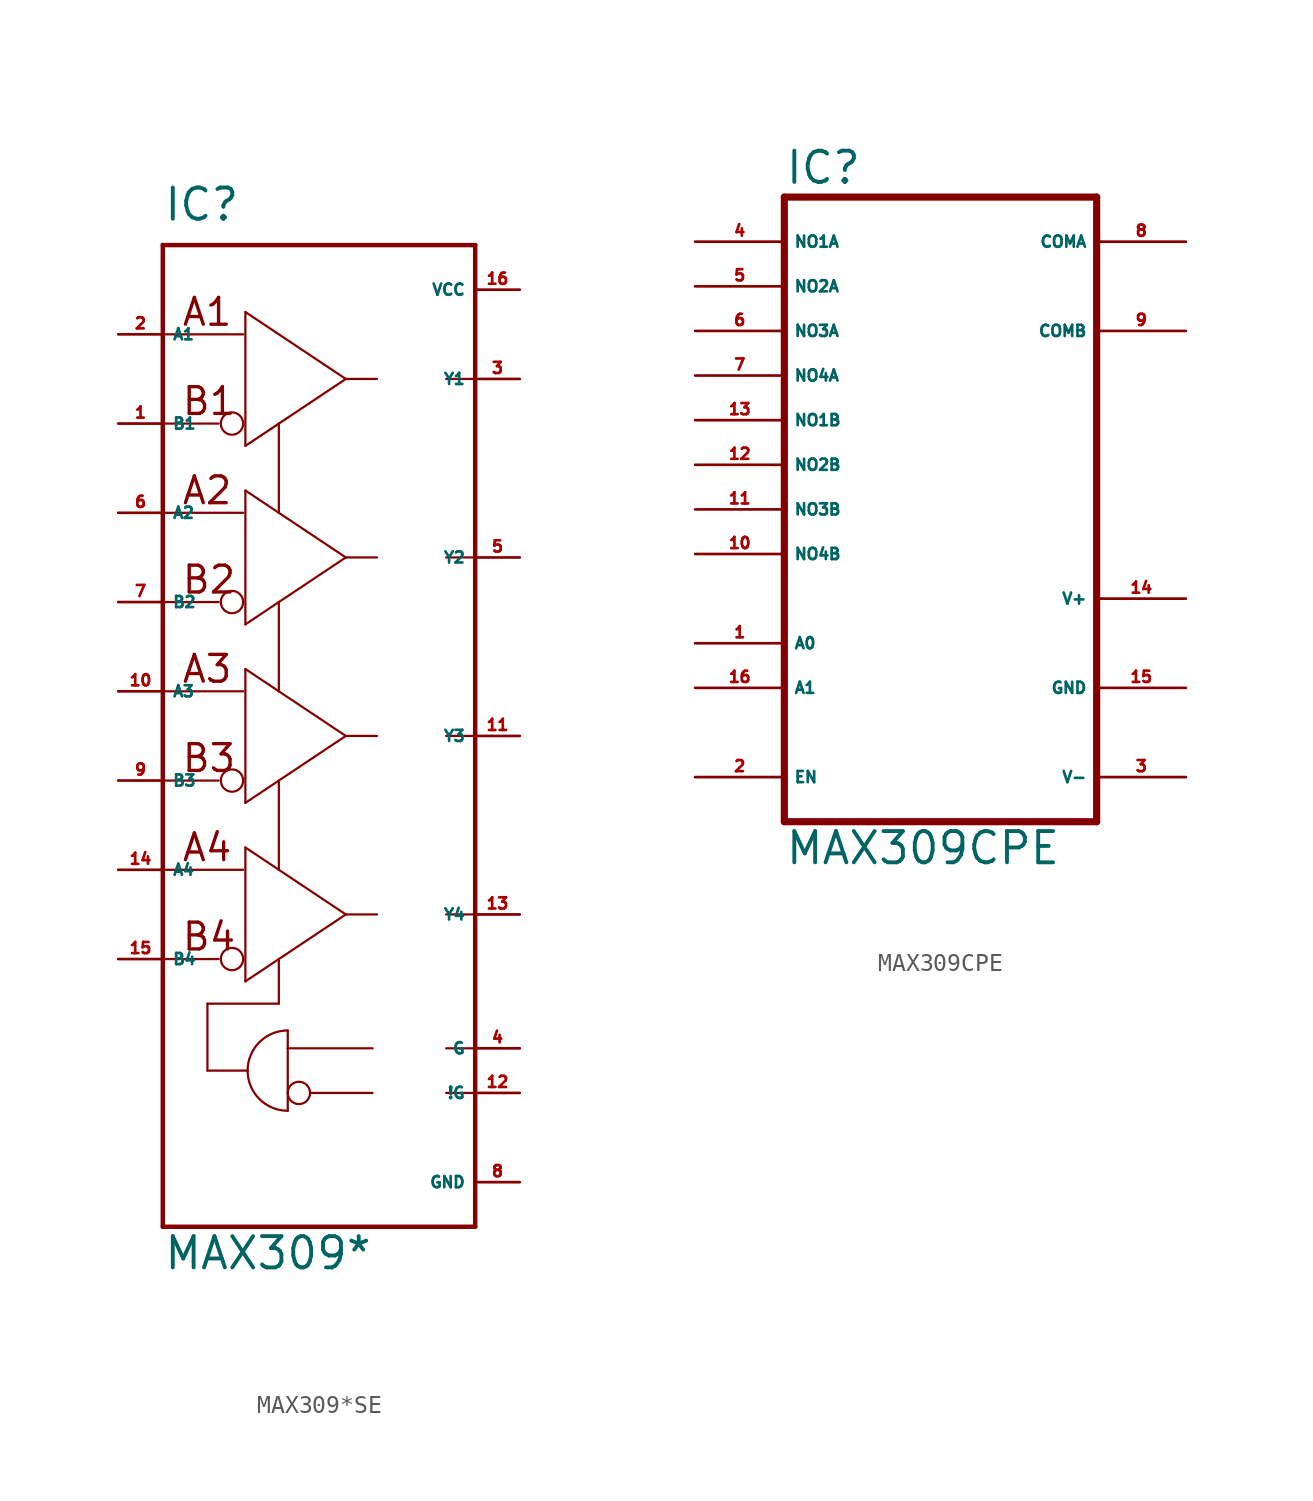
<source format=kicad_sym>
(kicad_symbol_lib
  (version 20220914)
  (generator Eagle2Kicad)
  (symbol "MAX309*SE"
    (property "Reference" "IC"
      (at -7.62 29.21 0)
      (effects (font (size 1.778 1.778) (thickness 0.22)) (justify left bottom)))
    (property "Value" "MAX309*"
      (at -7.62 -30.48 0)
      (effects (font (size 1.778 1.778) (thickness 0.22)) (justify left bottom)))
    (polyline
      (pts (xy 10.16 27.94) (xy -7.62 27.94))
      (stroke (width 0.254) (type default))
      (fill (type none)))
    (polyline
      (pts (xy -7.62 27.94) (xy -7.62 -27.94))
      (stroke (width 0.254) (type default))
      (fill (type none)))
    (polyline
      (pts (xy -7.62 -27.94) (xy 10.16 -27.94))
      (stroke (width 0.254) (type default))
      (fill (type none)))
    (polyline
      (pts (xy 10.16 27.94) (xy 10.16 20.32))
      (stroke (width 0.254) (type default))
      (fill (type none)))
    (polyline
      (pts (xy 10.16 20.32) (xy 10.16 10.16))
      (stroke (width 0.254) (type default))
      (fill (type none)))
    (polyline
      (pts (xy 10.16 10.16) (xy 10.16 0))
      (stroke (width 0.254) (type default))
      (fill (type none)))
    (polyline
      (pts (xy 10.16 0) (xy 10.16 -10.16))
      (stroke (width 0.254) (type default))
      (fill (type none)))
    (polyline
      (pts (xy 10.16 -10.16) (xy 10.16 -17.78))
      (stroke (width 0.254) (type default))
      (fill (type none)))
    (polyline
      (pts (xy 10.16 -17.78) (xy 10.16 -20.32))
      (stroke (width 0.254) (type default))
      (fill (type none)))
    (polyline
      (pts (xy 10.16 -20.32) (xy 10.16 -27.94))
      (stroke (width 0.254) (type default))
      (fill (type none)))
    (polyline
      (pts (xy -2.921 16.51) (xy -2.921 24.13))
      (stroke (width 0.127) (type default))
      (fill (type none)))
    (polyline
      (pts (xy -2.921 24.13) (xy 2.794 20.32))
      (stroke (width 0.127) (type default))
      (fill (type none)))
    (polyline
      (pts (xy 2.794 20.32) (xy -1.016 17.78))
      (stroke (width 0.127) (type default))
      (fill (type none)))
    (polyline
      (pts (xy -1.016 17.78) (xy -2.921 16.51))
      (stroke (width 0.127) (type default))
      (fill (type none)))
    (polyline
      (pts (xy -1.016 -12.7) (xy -1.016 -15.24))
      (stroke (width 0.127) (type default))
      (fill (type none)))
    (polyline
      (pts (xy -1.016 -15.24) (xy -5.08 -15.24))
      (stroke (width 0.127) (type default))
      (fill (type none)))
    (polyline
      (pts (xy -5.08 -15.24) (xy -5.08 -19.05))
      (stroke (width 0.127) (type default))
      (fill (type none)))
    (polyline
      (pts (xy -5.08 -19.05) (xy -2.794 -19.05))
      (stroke (width 0.127) (type default))
      (fill (type none)))
    (polyline
      (pts (xy 10.16 20.32) (xy 8.509 20.32))
      (stroke (width 0.127) (type default))
      (fill (type none)))
    (polyline
      (pts (xy -4.445 17.78) (xy -7.493 17.78))
      (stroke (width 0.127) (type default))
      (fill (type none)))
    (polyline
      (pts (xy -3.048 22.86) (xy -7.493 22.86))
      (stroke (width 0.127) (type default))
      (fill (type none)))
    (polyline
      (pts (xy -2.921 6.35) (xy -2.921 13.97))
      (stroke (width 0.127) (type default))
      (fill (type none)))
    (polyline
      (pts (xy -2.921 13.97) (xy -1.016 12.7))
      (stroke (width 0.127) (type default))
      (fill (type none)))
    (polyline
      (pts (xy -1.016 12.7) (xy 2.794 10.16))
      (stroke (width 0.127) (type default))
      (fill (type none)))
    (polyline
      (pts (xy 2.794 10.16) (xy -1.016 7.62))
      (stroke (width 0.127) (type default))
      (fill (type none)))
    (polyline
      (pts (xy -1.016 7.62) (xy -2.921 6.35))
      (stroke (width 0.127) (type default))
      (fill (type none)))
    (polyline
      (pts (xy -1.016 17.78) (xy -1.016 12.7))
      (stroke (width 0.127) (type default))
      (fill (type none)))
    (polyline
      (pts (xy 10.16 10.16) (xy 8.509 10.16))
      (stroke (width 0.127) (type default))
      (fill (type none)))
    (polyline
      (pts (xy -4.445 7.62) (xy -7.493 7.62))
      (stroke (width 0.127) (type default))
      (fill (type none)))
    (polyline
      (pts (xy -3.048 12.7) (xy -7.493 12.7))
      (stroke (width 0.127) (type default))
      (fill (type none)))
    (polyline
      (pts (xy -2.921 -3.81) (xy -2.921 3.81))
      (stroke (width 0.127) (type default))
      (fill (type none)))
    (polyline
      (pts (xy -2.921 3.81) (xy -1.016 2.54))
      (stroke (width 0.127) (type default))
      (fill (type none)))
    (polyline
      (pts (xy -1.016 2.54) (xy 2.794 0))
      (stroke (width 0.127) (type default))
      (fill (type none)))
    (polyline
      (pts (xy 2.794 0) (xy -1.016 -2.54))
      (stroke (width 0.127) (type default))
      (fill (type none)))
    (polyline
      (pts (xy -1.016 -2.54) (xy -2.921 -3.81))
      (stroke (width 0.127) (type default))
      (fill (type none)))
    (polyline
      (pts (xy -1.016 7.62) (xy -1.016 2.54))
      (stroke (width 0.127) (type default))
      (fill (type none)))
    (polyline
      (pts (xy 10.16 0) (xy 8.509 0))
      (stroke (width 0.127) (type default))
      (fill (type none)))
    (polyline
      (pts (xy -4.445 -2.54) (xy -7.493 -2.54))
      (stroke (width 0.127) (type default))
      (fill (type none)))
    (polyline
      (pts (xy -3.048 2.54) (xy -7.493 2.54))
      (stroke (width 0.127) (type default))
      (fill (type none)))
    (polyline
      (pts (xy -2.921 -13.97) (xy -2.921 -6.35))
      (stroke (width 0.127) (type default))
      (fill (type none)))
    (polyline
      (pts (xy -2.921 -6.35) (xy -1.016 -7.62))
      (stroke (width 0.127) (type default))
      (fill (type none)))
    (polyline
      (pts (xy -1.016 -7.62) (xy 2.794 -10.16))
      (stroke (width 0.127) (type default))
      (fill (type none)))
    (polyline
      (pts (xy 2.794 -10.16) (xy -1.016 -12.7))
      (stroke (width 0.127) (type default))
      (fill (type none)))
    (polyline
      (pts (xy -1.016 -12.7) (xy -2.921 -13.97))
      (stroke (width 0.127) (type default))
      (fill (type none)))
    (polyline
      (pts (xy -1.016 -2.54) (xy -1.016 -7.62))
      (stroke (width 0.127) (type default))
      (fill (type none)))
    (polyline
      (pts (xy 10.16 -10.16) (xy 8.509 -10.16))
      (stroke (width 0.127) (type default))
      (fill (type none)))
    (polyline
      (pts (xy -4.445 -12.7) (xy -7.493 -12.7))
      (stroke (width 0.127) (type default))
      (fill (type none)))
    (polyline
      (pts (xy -3.048 -7.62) (xy -7.493 -7.62))
      (stroke (width 0.127) (type default))
      (fill (type none)))
    (polyline
      (pts (xy -0.508 -16.764) (xy -0.508 -17.78))
      (stroke (width 0.127) (type default))
      (fill (type none)))
    (polyline
      (pts (xy -0.508 -17.78) (xy -0.508 -21.336))
      (stroke (width 0.127) (type default))
      (fill (type none)))
    (arc
      (start -0.508 -16.764)
      (mid -2.124 -17.434)
      (end -2.794 -19.05)
      (stroke (width 0.127) (type default))
      (fill (type none)))
    (arc
      (start -2.794 -19.05)
      (mid -2.124 -20.666)
      (end -0.508 -21.336)
      (stroke (width 0.127) (type default))
      (fill (type none)))
    (polyline
      (pts (xy 4.318 -17.78) (xy -0.508 -17.78))
      (stroke (width 0.127) (type default))
      (fill (type none)))
    (polyline
      (pts (xy 4.318 -20.32) (xy 0.762 -20.32))
      (stroke (width 0.127) (type default))
      (fill (type none)))
    (polyline
      (pts (xy 10.16 -17.78) (xy 8.509 -17.78))
      (stroke (width 0.127) (type default))
      (fill (type none)))
    (polyline
      (pts (xy 10.16 -20.32) (xy 8.509 -20.32))
      (stroke (width 0.127) (type default))
      (fill (type none)))
    (polyline
      (pts (xy 4.572 -10.16) (xy 2.794 -10.16))
      (stroke (width 0.127) (type default))
      (fill (type none)))
    (polyline
      (pts (xy 4.572 0) (xy 2.794 0))
      (stroke (width 0.127) (type default))
      (fill (type none)))
    (polyline
      (pts (xy 4.572 10.16) (xy 2.794 10.16))
      (stroke (width 0.127) (type default))
      (fill (type none)))
    (polyline
      (pts (xy 4.572 20.32) (xy 2.794 20.32))
      (stroke (width 0.127) (type default))
      (fill (type none)))
    (text "B1"
      (at -6.604 18.161 0)
      (effects (font (size 1.524 1.524) (thickness 0.19)) (justify left bottom)))
    (text "A1"
      (at -6.604 23.241 0)
      (effects (font (size 1.524 1.524) (thickness 0.19)) (justify left bottom)))
    (text "B2"
      (at -6.604 8.001 0)
      (effects (font (size 1.524 1.524) (thickness 0.19)) (justify left bottom)))
    (text "A2"
      (at -6.604 13.081 0)
      (effects (font (size 1.524 1.524) (thickness 0.19)) (justify left bottom)))
    (text "B3"
      (at -6.604 -2.159 0)
      (effects (font (size 1.524 1.524) (thickness 0.19)) (justify left bottom)))
    (text "A3"
      (at -6.604 2.921 0)
      (effects (font (size 1.524 1.524) (thickness 0.19)) (justify left bottom)))
    (text "B4"
      (at -6.604 -12.319 0)
      (effects (font (size 1.524 1.524) (thickness 0.19)) (justify left bottom)))
    (text "A4"
      (at -6.604 -7.239 0)
      (effects (font (size 1.524 1.524) (thickness 0.19)) (justify left bottom)))
    (circle
      (center -3.683 17.78)
      (radius 0.635)
      (stroke (width 0.127) (type default))
      (fill (type none)))
    (circle
      (center -3.683 7.62)
      (radius 0.635)
      (stroke (width 0.127) (type default))
      (fill (type none)))
    (circle
      (center -3.683 -2.54)
      (radius 0.635)
      (stroke (width 0.127) (type default))
      (fill (type none)))
    (circle
      (center -3.683 -12.7)
      (radius 0.635)
      (stroke (width 0.127) (type default))
      (fill (type none)))
    (circle
      (center 0.127 -20.32)
      (radius 0.635)
      (stroke (width 0.127) (type default))
      (fill (type none)))
    (pin output line
      (at 12.7 20.32 180)
      (length 2.54)
      (name "Y1" (effects (font (size 0.635 0.635) (thickness 0.08)) (justify left bottom)))
      (number "3" (effects (font (size 0.635 0.635) (thickness 0.08)) (justify left bottom))))
    (pin output line
      (at -10.16 17.78 0)
      (length 2.54)
      (name "B1" (effects (font (size 0.635 0.635) (thickness 0.08)) (justify left bottom)))
      (number "1" (effects (font (size 0.635 0.635) (thickness 0.08)) (justify left bottom))))
    (pin output line
      (at -10.16 22.86 0)
      (length 2.54)
      (name "A1" (effects (font (size 0.635 0.635) (thickness 0.08)) (justify left bottom)))
      (number "2" (effects (font (size 0.635 0.635) (thickness 0.08)) (justify left bottom))))
    (pin input line
      (at 12.7 -17.78 180)
      (length 2.54)
      (name "G" (effects (font (size 0.635 0.635) (thickness 0.08)) (justify left bottom)))
      (number "4" (effects (font (size 0.635 0.635) (thickness 0.08)) (justify left bottom))))
    (pin input line
      (at 12.7 -20.32 180)
      (length 2.54)
      (name "!G" (effects (font (size 0.635 0.635) (thickness 0.08)) (justify left bottom)))
      (number "12" (effects (font (size 0.635 0.635) (thickness 0.08)) (justify left bottom))))
    (pin unspecified line
      (at 12.7 -25.4 180)
      (length 2.54)
      (name "GND" (effects (font (size 0.635 0.635) (thickness 0.08)) (justify left bottom)))
      (number "8" (effects (font (size 0.635 0.635) (thickness 0.08)) (justify left bottom))))
    (pin output line
      (at 12.7 25.4 180)
      (length 2.54)
      (name "VCC" (effects (font (size 0.635 0.635) (thickness 0.08)) (justify left bottom)))
      (number "16" (effects (font (size 0.635 0.635) (thickness 0.08)) (justify left bottom))))
    (pin output line
      (at 12.7 10.16 180)
      (length 2.54)
      (name "Y2" (effects (font (size 0.635 0.635) (thickness 0.08)) (justify left bottom)))
      (number "5" (effects (font (size 0.635 0.635) (thickness 0.08)) (justify left bottom))))
    (pin output line
      (at -10.16 7.62 0)
      (length 2.54)
      (name "B2" (effects (font (size 0.635 0.635) (thickness 0.08)) (justify left bottom)))
      (number "7" (effects (font (size 0.635 0.635) (thickness 0.08)) (justify left bottom))))
    (pin output line
      (at -10.16 12.7 0)
      (length 2.54)
      (name "A2" (effects (font (size 0.635 0.635) (thickness 0.08)) (justify left bottom)))
      (number "6" (effects (font (size 0.635 0.635) (thickness 0.08)) (justify left bottom))))
    (pin output line
      (at 12.7 0 180)
      (length 2.54)
      (name "Y3" (effects (font (size 0.635 0.635) (thickness 0.08)) (justify left bottom)))
      (number "11" (effects (font (size 0.635 0.635) (thickness 0.08)) (justify left bottom))))
    (pin output line
      (at -10.16 -2.54 0)
      (length 2.54)
      (name "B3" (effects (font (size 0.635 0.635) (thickness 0.08)) (justify left bottom)))
      (number "9" (effects (font (size 0.635 0.635) (thickness 0.08)) (justify left bottom))))
    (pin output line
      (at -10.16 2.54 0)
      (length 2.54)
      (name "A3" (effects (font (size 0.635 0.635) (thickness 0.08)) (justify left bottom)))
      (number "10" (effects (font (size 0.635 0.635) (thickness 0.08)) (justify left bottom))))
    (pin output line
      (at 12.7 -10.16 180)
      (length 2.54)
      (name "Y4" (effects (font (size 0.635 0.635) (thickness 0.08)) (justify left bottom)))
      (number "13" (effects (font (size 0.635 0.635) (thickness 0.08)) (justify left bottom))))
    (pin output line
      (at -10.16 -12.7 0)
      (length 2.54)
      (name "B4" (effects (font (size 0.635 0.635) (thickness 0.08)) (justify left bottom)))
      (number "15" (effects (font (size 0.635 0.635) (thickness 0.08)) (justify left bottom))))
    (pin output line
      (at -10.16 -7.62 0)
      (length 2.54)
      (name "A4" (effects (font (size 0.635 0.635) (thickness 0.08)) (justify left bottom)))
      (number "14" (effects (font (size 0.635 0.635) (thickness 0.08)) (justify left bottom)))))
  (symbol "MAX309CPE"
    (property "Reference" "IC"
      (at -10.16 18.415 0)
      (effects (font (size 1.778 1.778) (thickness 0.22)) (justify left bottom)))
    (property "Value" "MAX309CPE"
      (at -10.16 -20.32 0)
      (effects (font (size 1.778 1.778) (thickness 0.22)) (justify left bottom)))
    (polyline
      (pts (xy -10.16 -17.78) (xy 7.62 -17.78))
      (stroke (width 0.406) (type default))
      (fill (type none)))
    (polyline
      (pts (xy 7.62 -17.78) (xy 7.62 17.78))
      (stroke (width 0.406) (type default))
      (fill (type none)))
    (polyline
      (pts (xy 7.62 17.78) (xy -10.16 17.78))
      (stroke (width 0.406) (type default))
      (fill (type none)))
    (polyline
      (pts (xy -10.16 17.78) (xy -10.16 -17.78))
      (stroke (width 0.406) (type default))
      (fill (type none)))
    (pin passive line
      (at -15.24 5.08 0)
      (length 5.08)
      (name "NO1B" (effects (font (size 0.635 0.635) (thickness 0.08)) (justify left bottom)))
      (number "13" (effects (font (size 0.635 0.635) (thickness 0.08)) (justify left bottom))))
    (pin passive line
      (at -15.24 2.54 0)
      (length 5.08)
      (name "NO2B" (effects (font (size 0.635 0.635) (thickness 0.08)) (justify left bottom)))
      (number "12" (effects (font (size 0.635 0.635) (thickness 0.08)) (justify left bottom))))
    (pin passive line
      (at -15.24 0 0)
      (length 5.08)
      (name "NO3B" (effects (font (size 0.635 0.635) (thickness 0.08)) (justify left bottom)))
      (number "11" (effects (font (size 0.635 0.635) (thickness 0.08)) (justify left bottom))))
    (pin passive line
      (at -15.24 -2.54 0)
      (length 5.08)
      (name "NO4B" (effects (font (size 0.635 0.635) (thickness 0.08)) (justify left bottom)))
      (number "10" (effects (font (size 0.635 0.635) (thickness 0.08)) (justify left bottom))))
    (pin passive line
      (at -15.24 12.7 0)
      (length 5.08)
      (name "NO2A" (effects (font (size 0.635 0.635) (thickness 0.08)) (justify left bottom)))
      (number "5" (effects (font (size 0.635 0.635) (thickness 0.08)) (justify left bottom))))
    (pin passive line
      (at -15.24 10.16 0)
      (length 5.08)
      (name "NO3A" (effects (font (size 0.635 0.635) (thickness 0.08)) (justify left bottom)))
      (number "6" (effects (font (size 0.635 0.635) (thickness 0.08)) (justify left bottom))))
    (pin passive line
      (at -15.24 7.62 0)
      (length 5.08)
      (name "NO4A" (effects (font (size 0.635 0.635) (thickness 0.08)) (justify left bottom)))
      (number "7" (effects (font (size 0.635 0.635) (thickness 0.08)) (justify left bottom))))
    (pin passive line
      (at -15.24 15.24 0)
      (length 5.08)
      (name "NO1A" (effects (font (size 0.635 0.635) (thickness 0.08)) (justify left bottom)))
      (number "4" (effects (font (size 0.635 0.635) (thickness 0.08)) (justify left bottom))))
    (pin input line
      (at -15.24 -7.62 0)
      (length 5.08)
      (name "A0" (effects (font (size 0.635 0.635) (thickness 0.08)) (justify left bottom)))
      (number "1" (effects (font (size 0.635 0.635) (thickness 0.08)) (justify left bottom))))
    (pin input line
      (at -15.24 -10.16 0)
      (length 5.08)
      (name "A1" (effects (font (size 0.635 0.635) (thickness 0.08)) (justify left bottom)))
      (number "16" (effects (font (size 0.635 0.635) (thickness 0.08)) (justify left bottom))))
    (pin passive line
      (at 12.7 10.16 180)
      (length 5.08)
      (name "COMB" (effects (font (size 0.635 0.635) (thickness 0.08)) (justify left bottom)))
      (number "9" (effects (font (size 0.635 0.635) (thickness 0.08)) (justify left bottom))))
    (pin input line
      (at -15.24 -15.24 0)
      (length 5.08)
      (name "EN" (effects (font (size 0.635 0.635) (thickness 0.08)) (justify left bottom)))
      (number "2" (effects (font (size 0.635 0.635) (thickness 0.08)) (justify left bottom))))
    (pin passive line
      (at 12.7 15.24 180)
      (length 5.08)
      (name "COMA" (effects (font (size 0.635 0.635) (thickness 0.08)) (justify left bottom)))
      (number "8" (effects (font (size 0.635 0.635) (thickness 0.08)) (justify left bottom))))
    (pin unspecified line
      (at 12.7 -15.24 180)
      (length 5.08)
      (name "V-" (effects (font (size 0.635 0.635) (thickness 0.08)) (justify left bottom)))
      (number "3" (effects (font (size 0.635 0.635) (thickness 0.08)) (justify left bottom))))
    (pin unspecified line
      (at 12.7 -10.16 180)
      (length 5.08)
      (name "GND" (effects (font (size 0.635 0.635) (thickness 0.08)) (justify left bottom)))
      (number "15" (effects (font (size 0.635 0.635) (thickness 0.08)) (justify left bottom))))
    (pin unspecified line
      (at 12.7 -5.08 180)
      (length 5.08)
      (name "V+" (effects (font (size 0.635 0.635) (thickness 0.08)) (justify left bottom)))
      (number "14" (effects (font (size 0.635 0.635) (thickness 0.08)) (justify left bottom))))))
</source>
